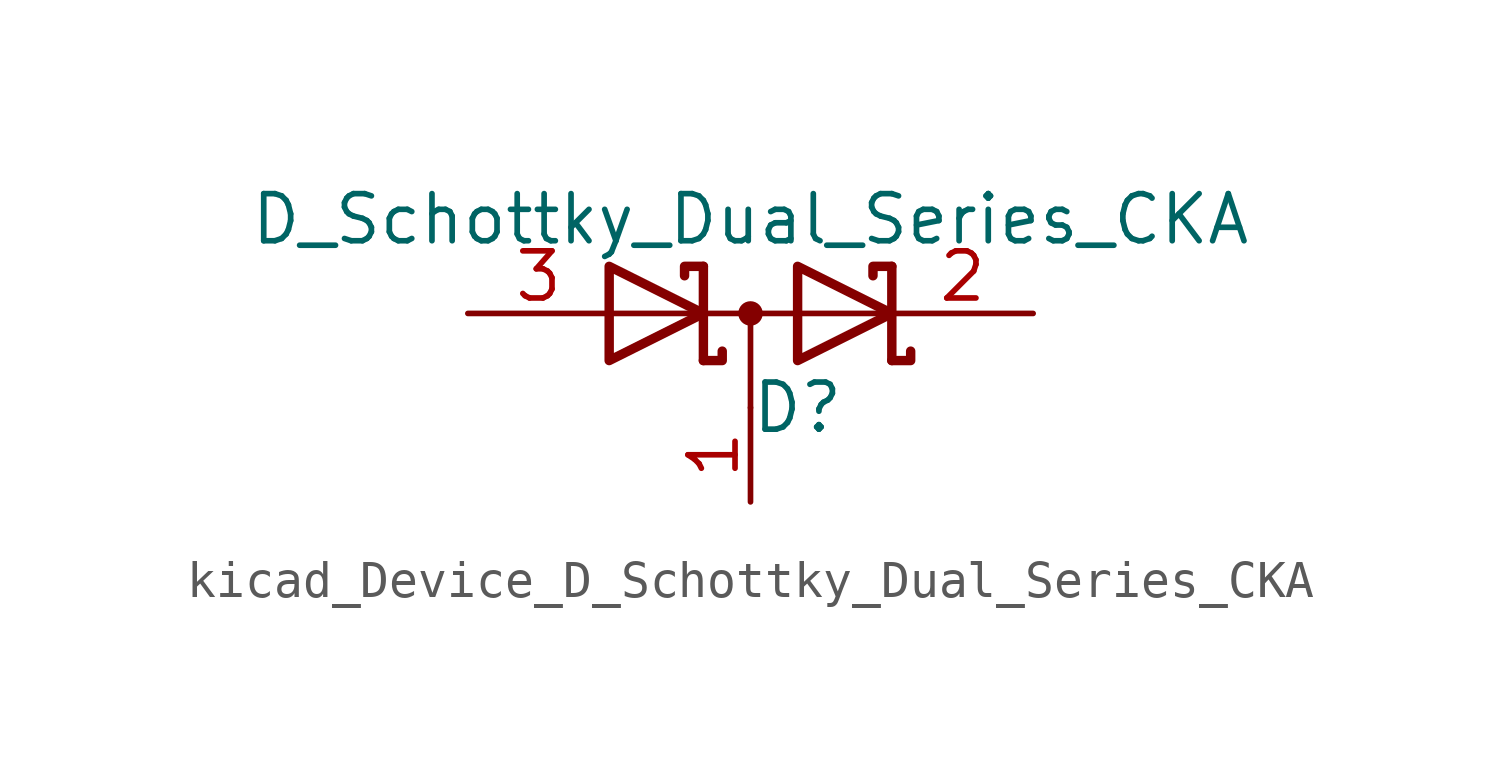
<source format=kicad_sym>
(kicad_symbol_lib
  (version 20220914)
  (generator kicad_symbol_editor)
  (symbol "kicad_Device_D_Schottky_Dual_Series_CKA"
    (pin_names
      (offset 0.762) hide)
    (property "Reference" "D"
      (at 1.27 -2.54 0)
      (effects (font (size 1.27 1.27))))
    (property "Value" "D_Schottky_Dual_Series_CKA"
      (at 0 2.54 0)
      (effects (font (size 1.27 1.27))))
    (symbol "kicad_Device_D_Schottky_Dual_Series_CKA_0_1"
      (polyline (pts (xy -3.81 0) (xy 3.81 0)) (stroke (width 0) (type default)) (fill (type none)))
      (polyline (pts (xy 0 0) (xy 0 -2.54)) (stroke (width 0) (type default)) (fill (type none)))
      (polyline (pts (xy -1.27 -1.27) (xy -1.27 1.27) (xy -1.27 1.27)) (stroke (width 0.254) (type default)) (fill (type none)))
      (polyline (pts (xy 3.81 1.27) (xy 3.81 -1.27) (xy 3.81 -1.27)) (stroke (width 0.254) (type default)) (fill (type none)))
      (polyline (pts (xy -1.27 -1.27) (xy -0.762 -1.27) (xy -0.762 -1.016) (xy -0.762 -1.016)) (stroke (width 0.254) (type default)) (fill (type none)))
      (polyline (pts (xy 3.81 -1.27) (xy 4.318 -1.27) (xy 4.318 -1.016) (xy 4.318 -1.016)) (stroke (width 0.254) (type default)) (fill (type none)))
      (polyline (pts (xy 3.81 1.27) (xy 3.302 1.27) (xy 3.302 1.016) (xy 3.302 1.016)) (stroke (width 0.254) (type default)) (fill (type none)))
      (polyline (pts (xy -1.778 1.016) (xy -1.778 1.27) (xy -1.27 1.27) (xy -1.27 1.27) (xy -1.27 1.27)) (stroke (width 0.254) (type default)) (fill (type none)))
      (polyline (pts (xy -3.81 1.27) (xy -1.27 0) (xy -3.81 -1.27) (xy -3.81 1.27) (xy -3.81 1.27) (xy -3.81 1.27)) (stroke (width 0.254) (type default)) (fill (type none)))
      (polyline (pts (xy 1.27 1.27) (xy 3.81 0) (xy 1.27 -1.27) (xy 1.27 1.27) (xy 1.27 1.27) (xy 1.27 1.27)) (stroke (width 0.254) (type default)) (fill (type none)))
      (circle (center 0 0) (radius 0.254) (stroke (width 0) (type default)) (fill (type outline)))
      (pin passive line (at 0 -5.08 90) (length 2.54) (name "common" (effects (font (size 1.27 1.27)))) (number "1" (effects (font (size 1.27 1.27)))))
      (pin passive line (at 7.62 0 180) (length 3.81) (name "K" (effects (font (size 1.27 1.27)))) (number "2" (effects (font (size 1.27 1.27)))))
      (pin passive line (at -7.62 0 0) (length 3.81) (name "A" (effects (font (size 1.27 1.27)))) (number "3" (effects (font (size 1.27 1.27))))))))
</source>
